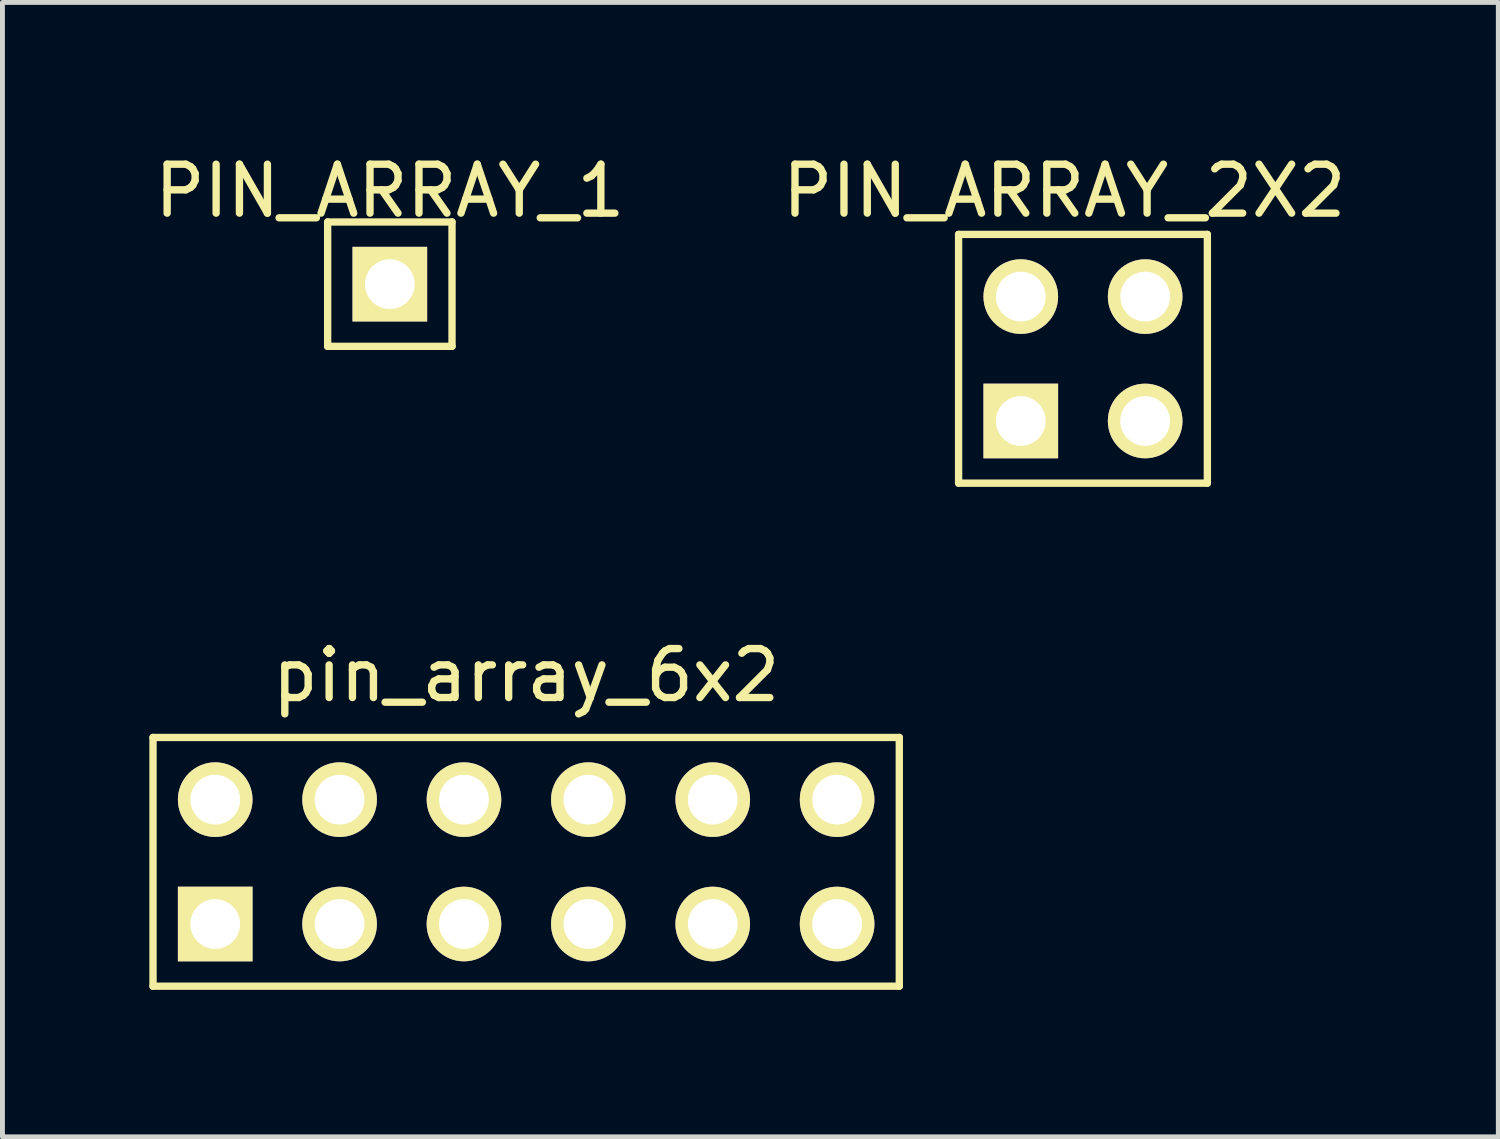
<source format=kicad_pcb>
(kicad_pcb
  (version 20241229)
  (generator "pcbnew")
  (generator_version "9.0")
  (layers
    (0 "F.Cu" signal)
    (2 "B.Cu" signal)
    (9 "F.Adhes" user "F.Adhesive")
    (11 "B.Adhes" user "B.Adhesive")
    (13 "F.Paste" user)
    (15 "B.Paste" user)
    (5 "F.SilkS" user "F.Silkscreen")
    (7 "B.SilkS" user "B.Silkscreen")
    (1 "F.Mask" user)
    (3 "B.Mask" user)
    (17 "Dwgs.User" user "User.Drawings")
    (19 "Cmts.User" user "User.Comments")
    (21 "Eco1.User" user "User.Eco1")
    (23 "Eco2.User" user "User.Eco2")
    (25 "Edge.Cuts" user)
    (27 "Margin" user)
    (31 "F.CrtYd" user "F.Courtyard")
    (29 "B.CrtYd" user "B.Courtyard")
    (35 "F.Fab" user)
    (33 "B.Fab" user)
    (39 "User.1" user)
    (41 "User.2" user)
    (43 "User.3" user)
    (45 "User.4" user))
  (footprint "PIN_ARRAY_1"
    (layer "F.Cu")
    (at 4.911 2.753)
    (property "Reference" "PIN_ARRAY_1" (at 0 -1.905 0) (layer "F.SilkS") (effects (font (size 1 1) (thickness 0.15))))
    (attr through_hole)
    (fp_line (start -1.27 -1.27) (end 1.27 -1.27) (stroke (width 0.15) (type solid)) (layer "F.SilkS"))
    (fp_line (start -1.27 1.27) (end -1.27 -1.27) (stroke (width 0.15) (type solid)) (layer "F.SilkS"))
    (fp_line (start 1.27 -1.27) (end 1.27 1.27) (stroke (width 0.15) (type solid)) (layer "F.SilkS"))
    (fp_line (start 1.27 1.27) (end -1.27 1.27) (stroke (width 0.15) (type solid)) (layer "F.SilkS"))
    (pad "1" thru_hole rect (at 0 0) (size 1.524 1.524) (drill 1.016) (layers "*.Cu" "*.Mask" "F.SilkS")))
  (footprint "PIN_ARRAY_2X2"
    (layer "F.Cu")
    (at 19.066 4.277)
    (property "Reference" "PIN_ARRAY_2X2" (at -0.381 -3.429 0) (layer "F.SilkS") (effects (font (size 1 1) (thickness 0.15))))
    (attr through_hole)
    (fp_line (start -2.54 -2.54) (end 2.54 -2.54) (stroke (width 0.15) (type solid)) (layer "F.SilkS"))
    (fp_line (start -2.54 2.54) (end -2.54 -2.54) (stroke (width 0.15) (type solid)) (layer "F.SilkS"))
    (fp_line (start 2.54 -2.54) (end 2.54 2.54) (stroke (width 0.15) (type solid)) (layer "F.SilkS"))
    (fp_line (start 2.54 2.54) (end -2.54 2.54) (stroke (width 0.15) (type solid)) (layer "F.SilkS"))
    (pad "1" thru_hole rect (at -1.27 1.27) (size 1.524 1.524) (drill 1.016) (layers "*.Cu" "*.Mask" "F.SilkS"))
    (pad "2" thru_hole circle (at -1.27 -1.27) (size 1.524 1.524) (drill 1.016) (layers "*.Cu" "*.Mask" "F.SilkS"))
    (pad "3" thru_hole circle (at 1.27 1.27) (size 1.524 1.524) (drill 1.016) (layers "*.Cu" "*.Mask" "F.SilkS"))
    (pad "4" thru_hole circle (at 1.27 -1.27) (size 1.524 1.524) (drill 1.016) (layers "*.Cu" "*.Mask" "F.SilkS")))
  (footprint "pin_array_6x2"
    (layer "F.Cu")
    (at 7.695 14.55)
    (property "Reference" "pin_array_6x2" (at 0 -3.81 0) (layer "F.SilkS") (effects (font (size 1 1) (thickness 0.15))))
    (attr through_hole)
    (fp_line (start -7.62 -2.54) (end 7.62 -2.54) (stroke (width 0.15) (type solid)) (layer "F.SilkS"))
    (fp_line (start -7.62 2.54) (end -7.62 -2.54) (stroke (width 0.15) (type solid)) (layer "F.SilkS"))
    (fp_line (start 7.62 -2.54) (end 7.62 2.54) (stroke (width 0.15) (type solid)) (layer "F.SilkS"))
    (fp_line (start 7.62 2.54) (end -7.62 2.54) (stroke (width 0.15) (type solid)) (layer "F.SilkS"))
    (pad "1" thru_hole rect (at -6.35 1.27) (size 1.524 1.524) (drill 1.016) (layers "*.Cu" "*.Mask" "F.SilkS"))
    (pad "2" thru_hole circle (at -6.35 -1.27) (size 1.524 1.524) (drill 1.016) (layers "*.Cu" "*.Mask" "F.SilkS"))
    (pad "3" thru_hole circle (at -3.81 1.27) (size 1.524 1.524) (drill 1.016) (layers "*.Cu" "*.Mask" "F.SilkS"))
    (pad "4" thru_hole circle (at -3.81 -1.27) (size 1.524 1.524) (drill 1.016) (layers "*.Cu" "*.Mask" "F.SilkS"))
    (pad "5" thru_hole circle (at -1.27 1.27) (size 1.524 1.524) (drill 1.016) (layers "*.Cu" "*.Mask" "F.SilkS"))
    (pad "6" thru_hole circle (at -1.27 -1.27) (size 1.524 1.524) (drill 1.016) (layers "*.Cu" "*.Mask" "F.SilkS"))
    (pad "7" thru_hole circle (at 1.27 1.27) (size 1.524 1.524) (drill 1.016) (layers "*.Cu" "*.Mask" "F.SilkS"))
    (pad "8" thru_hole circle (at 1.27 -1.27) (size 1.524 1.524) (drill 1.016) (layers "*.Cu" "*.Mask" "F.SilkS"))
    (pad "9" thru_hole circle (at 3.81 1.27) (size 1.524 1.524) (drill 1.016) (layers "*.Cu" "*.Mask" "F.SilkS"))
    (pad "10" thru_hole circle (at 3.81 -1.27) (size 1.524 1.524) (drill 1.016) (layers "*.Cu" "*.Mask" "F.SilkS"))
    (pad "11" thru_hole circle (at 6.35 1.27) (size 1.524 1.524) (drill 1.016) (layers "*.Cu" "*.Mask" "F.SilkS"))
    (pad "12" thru_hole circle (at 6.35 -1.27) (size 1.524 1.524) (drill 1.016) (layers "*.Cu" "*.Mask" "F.SilkS")))
  (gr_rect
    (start -3 -3)
    (end 27.548 20.166)
    (stroke (width 0.1) (type default))
    (fill no)
    (layer "Edge.Cuts")))
</source>
